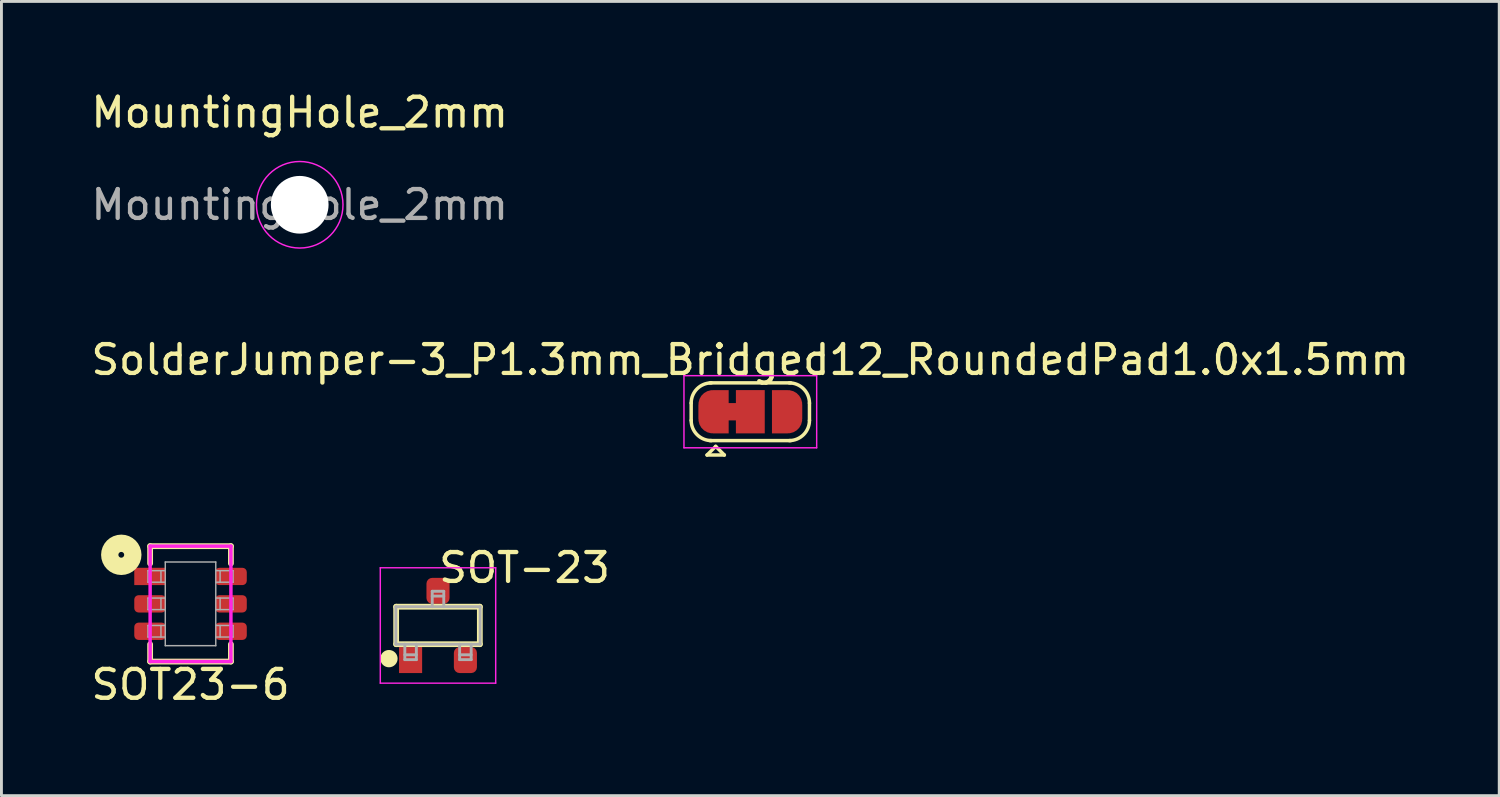
<source format=kicad_pcb>
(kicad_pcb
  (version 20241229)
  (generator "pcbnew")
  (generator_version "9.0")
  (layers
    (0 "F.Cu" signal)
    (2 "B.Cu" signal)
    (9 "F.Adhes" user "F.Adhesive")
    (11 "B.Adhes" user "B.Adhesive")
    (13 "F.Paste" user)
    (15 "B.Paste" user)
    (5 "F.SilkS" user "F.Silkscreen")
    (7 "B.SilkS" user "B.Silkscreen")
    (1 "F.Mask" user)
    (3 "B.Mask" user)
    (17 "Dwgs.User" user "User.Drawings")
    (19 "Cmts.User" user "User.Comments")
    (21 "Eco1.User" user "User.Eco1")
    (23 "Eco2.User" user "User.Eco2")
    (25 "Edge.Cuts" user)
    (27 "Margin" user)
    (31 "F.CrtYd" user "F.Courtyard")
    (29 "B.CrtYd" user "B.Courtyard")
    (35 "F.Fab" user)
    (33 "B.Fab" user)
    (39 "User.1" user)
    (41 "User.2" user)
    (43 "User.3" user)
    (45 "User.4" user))
  (footprint "MountingHole_2mm"
    (layer "F.Cu")
    (at 7.339 4.048)
    (property "Reference" "MountingHole_2mm" (at 0 -3.2 0) (layer "F.SilkS") (effects (font (size 1 1) (thickness 0.15))))
    (attr exclude_from_pos_files exclude_from_bom)
    (fp_circle (center 0 0) (end 1.5 0) (stroke (width 0.05) (type solid)) (fill no) (layer "F.CrtYd"))
    (fp_text user "${REFERENCE}" (at 0 0 0) (layer "F.Fab") (effects (font (size 1 1) (thickness 0.15))))
    (pad "" np_thru_hole circle (at 0 0) (size 2 2) (drill 2) (layers "*.Cu" "*.Mask")))
  (footprint "SOT23-6"
    (layer "F.Cu")
    (at 3.554 17.881)
    (property "Reference" "SOT23-6" (at 0 2.8 0) (layer "F.SilkS") (effects (font (size 1 1) (thickness 0.15))))
    (attr smd)
    (fp_line (start -1.4 -2) (end -1.4 -1.4) (stroke (width 0.2) (type solid)) (layer "F.SilkS"))
    (fp_line (start -1.4 2) (end -1.4 1.4) (stroke (width 0.2) (type solid)) (layer "F.SilkS"))
    (fp_line (start -1.4 2) (end 1.4 2) (stroke (width 0.2) (type solid)) (layer "F.SilkS"))
    (fp_line (start 1.4 -2) (end -1.4 -2) (stroke (width 0.2) (type solid)) (layer "F.SilkS"))
    (fp_line (start 1.4 -2) (end 1.4 -1.4) (stroke (width 0.2) (type solid)) (layer "F.SilkS"))
    (fp_line (start 1.4 2) (end 1.4 1.4) (stroke (width 0.2) (type solid)) (layer "F.SilkS"))
    (fp_circle (center -2.4 -1.7) (end -2.3 -1.7) (stroke (width 0.6) (type solid)) (fill no) (layer "F.SilkS"))
    (fp_line (start -1.4 -2) (end -1.4 2) (stroke (width 0.12) (type solid)) (layer "F.CrtYd"))
    (fp_line (start -1.4 2) (end 1.4 2) (stroke (width 0.12) (type solid)) (layer "F.CrtYd"))
    (fp_line (start 1.4 -2) (end -1.4 -2) (stroke (width 0.12) (type solid)) (layer "F.CrtYd"))
    (fp_line (start 1.4 2) (end 1.4 -2) (stroke (width 0.12) (type solid)) (layer "F.CrtYd"))
    (fp_line (start -1.475 -0.2) (end -0.875 -0.2) (stroke (width 0.05) (type solid)) (layer "F.Fab"))
    (fp_line (start -1.475 0.2) (end -1.475 -0.2) (stroke (width 0.05) (type solid)) (layer "F.Fab"))
    (fp_line (start -1.475 0.75) (end -0.875 0.75) (stroke (width 0.05) (type solid)) (layer "F.Fab"))
    (fp_line (start -1.475 1.15) (end -1.475 0.75) (stroke (width 0.05) (type solid)) (layer "F.Fab"))
    (fp_line (start -1.475 -1.15) (end -0.875 -1.15) (stroke (width 0.05) (type solid)) (layer "F.Fab"))
    (fp_line (start -1.475 -0.75) (end -1.475 -1.15) (stroke (width 0.05) (type solid)) (layer "F.Fab"))
    (fp_line (start -1.025 -1.15) (end -1.025 -0.75) (stroke (width 0.05) (type solid)) (layer "F.Fab"))
    (fp_line (start -1.025 -0.2) (end -1.025 0.2) (stroke (width 0.05) (type solid)) (layer "F.Fab"))
    (fp_line (start -1.025 0.75) (end -1.025 1.15) (stroke (width 0.05) (type solid)) (layer "F.Fab"))
    (fp_line (start -0.875 -1.45) (end -0.875 1.45) (stroke (width 0.05) (type solid)) (layer "F.Fab"))
    (fp_line (start -0.875 -0.75) (end -1.475 -0.75) (stroke (width 0.05) (type solid)) (layer "F.Fab"))
    (fp_line (start -0.875 0.2) (end -1.475 0.2) (stroke (width 0.05) (type solid)) (layer "F.Fab"))
    (fp_line (start -0.875 1.15) (end -1.475 1.15) (stroke (width 0.05) (type solid)) (layer "F.Fab"))
    (fp_line (start -0.875 1.45) (end 0.875 1.45) (stroke (width 0.05) (type solid)) (layer "F.Fab"))
    (fp_line (start 0.875 -1.45) (end -0.875 -1.45) (stroke (width 0.05) (type solid)) (layer "F.Fab"))
    (fp_line (start 0.875 -0.75) (end 1.475 -0.75) (stroke (width 0.05) (type solid)) (layer "F.Fab"))
    (fp_line (start 0.875 0.2) (end 1.475 0.2) (stroke (width 0.05) (type solid)) (layer "F.Fab"))
    (fp_line (start 0.875 1.15) (end 1.475 1.15) (stroke (width 0.05) (type solid)) (layer "F.Fab"))
    (fp_line (start 0.875 1.45) (end 0.875 -1.45) (stroke (width 0.05) (type solid)) (layer "F.Fab"))
    (fp_line (start 1.025 -1.15) (end 1.025 -0.75) (stroke (width 0.05) (type solid)) (layer "F.Fab"))
    (fp_line (start 1.025 -0.2) (end 1.025 0.2) (stroke (width 0.05) (type solid)) (layer "F.Fab"))
    (fp_line (start 1.025 0.75) (end 1.025 1.15) (stroke (width 0.05) (type solid)) (layer "F.Fab"))
    (fp_line (start 1.475 -1.15) (end 0.875 -1.15) (stroke (width 0.05) (type solid)) (layer "F.Fab"))
    (fp_line (start 1.475 -0.75) (end 1.475 -1.15) (stroke (width 0.05) (type solid)) (layer "F.Fab"))
    (fp_line (start 1.475 -0.2) (end 0.875 -0.2) (stroke (width 0.05) (type solid)) (layer "F.Fab"))
    (fp_line (start 1.475 0.2) (end 1.475 -0.2) (stroke (width 0.05) (type solid)) (layer "F.Fab"))
    (fp_line (start 1.475 0.75) (end 0.875 0.75) (stroke (width 0.05) (type solid)) (layer "F.Fab"))
    (fp_line (start 1.475 1.15) (end 1.475 0.75) (stroke (width 0.05) (type solid)) (layer "F.Fab"))
    (pad "1" smd rect (at -1.4 -0.95) (size 1.1 0.6) (layers "F.Cu" "F.Mask" "F.Paste"))
    (pad "2" smd roundrect (at -1.4 0) (size 1.1 0.6) (layers "F.Cu" "F.Mask" "F.Paste") (roundrect_rratio 0.25))
    (pad "3" smd roundrect (at -1.4 0.95) (size 1.1 0.6) (layers "F.Cu" "F.Mask" "F.Paste") (roundrect_rratio 0.25))
    (pad "4" smd roundrect (at 1.4 0.95) (size 1.1 0.6) (layers "F.Cu" "F.Mask" "F.Paste") (roundrect_rratio 0.25))
    (pad "5" smd roundrect (at 1.4 0) (size 1.1 0.6) (layers "F.Cu" "F.Mask" "F.Paste") (roundrect_rratio 0.25))
    (pad "6" smd roundrect (at 1.4 -0.95) (size 1.1 0.6) (layers "F.Cu" "F.Mask" "F.Paste") (roundrect_rratio 0.25)))
  (footprint "SOT-23"
    (layer "F.Cu")
    (at 12.132 18.63)
    (property "Reference" "SOT-23" (at 3 -2 0) (unlocked yes) (layer "F.SilkS") (effects (font (size 1 1) (thickness 0.15))))
    (attr smd)
    (fp_line (start -1.45 -0.65) (end 1.45 -0.65) (stroke (width 0.2) (type solid)) (layer "F.SilkS"))
    (fp_line (start -1.45 0.65) (end -1.45 -0.65) (stroke (width 0.2) (type solid)) (layer "F.SilkS"))
    (fp_line (start 1.45 -0.65) (end 1.45 0.65) (stroke (width 0.2) (type solid)) (layer "F.SilkS"))
    (fp_line (start 1.45 0.65) (end -1.45 0.65) (stroke (width 0.2) (type solid)) (layer "F.SilkS"))
    (fp_circle (center -1.7 1.15) (end -1.55 1.15) (stroke (width 0.3) (type solid)) (fill no) (layer "F.SilkS"))
    (fp_line (start -0.95 0) (end -0.45 0) (stroke (width 0.05) (type solid)) (layer "Eco1.User"))
    (fp_line (start -0.95 0.6) (end -0.95 0) (stroke (width 0.05) (type solid)) (layer "Eco1.User"))
    (fp_line (start -0.3 -0.1) (end -0.3 0.1) (stroke (width 0.05) (type solid)) (layer "Eco1.User"))
    (fp_line (start -0.3 0) (end -0.45 0) (stroke (width 0.05) (type solid)) (layer "Eco1.User"))
    (fp_line (start -0.3 0.1) (end -0.3 0) (stroke (width 0.05) (type solid)) (layer "Eco1.User"))
    (fp_line (start -0.2 -0.25) (end -0.2 0.2) (stroke (width 0.05) (type solid)) (layer "Eco1.User"))
    (fp_line (start -0.2 0.1) (end 0 0.1) (stroke (width 0.05) (type solid)) (layer "Eco1.User"))
    (fp_line (start -0.1 0.05) (end 0 0.1) (stroke (width 0.05) (type solid)) (layer "Eco1.User"))
    (fp_line (start -0.1 0.15) (end -0.1 0.05) (stroke (width 0.05) (type solid)) (layer "Eco1.User"))
    (fp_line (start 0 -0.6) (end 0 -0.15) (stroke (width 0.05) (type solid)) (layer "Eco1.User"))
    (fp_line (start 0 -0.15) (end -0.2 -0.15) (stroke (width 0.05) (type solid)) (layer "Eco1.User"))
    (fp_line (start 0 0.1) (end -0.1 0.15) (stroke (width 0.05) (type solid)) (layer "Eco1.User"))
    (fp_line (start 0 0.1) (end 0 0.4) (stroke (width 0.05) (type solid)) (layer "Eco1.User"))
    (fp_line (start 0 0.4) (end 0.95 0.4) (stroke (width 0.05) (type solid)) (layer "Eco1.User"))
    (fp_line (start 0.95 0.4) (end 0.95 0.6) (stroke (width 0.05) (type solid)) (layer "Eco1.User"))
    (fp_line (start -2 -2) (end -2 2) (stroke (width 0.05) (type solid)) (layer "F.CrtYd"))
    (fp_line (start -2 2) (end 2 2) (stroke (width 0.05) (type solid)) (layer "F.CrtYd"))
    (fp_line (start 2 -2) (end -2 -2) (stroke (width 0.05) (type solid)) (layer "F.CrtYd"))
    (fp_line (start 2 2) (end 2 -2) (stroke (width 0.05) (type solid)) (layer "F.CrtYd"))
    (fp_line (start -1.46 -0.65) (end -1.46 0.65) (stroke (width 0.1) (type solid)) (layer "F.Fab"))
    (fp_line (start -1.46 0.65) (end 1.46 0.65) (stroke (width 0.1) (type solid)) (layer "F.Fab"))
    (fp_line (start -1.15 1.017) (end -0.75 1.017) (stroke (width 0.1) (type solid)) (layer "F.Fab"))
    (fp_line (start -1.15 1.185) (end -1.15 0.65) (stroke (width 0.1) (type solid)) (layer "F.Fab"))
    (fp_line (start -1.15 1.185) (end -0.75 1.185) (stroke (width 0.1) (type solid)) (layer "F.Fab"))
    (fp_line (start -0.75 1.185) (end -0.75 0.65) (stroke (width 0.1) (type solid)) (layer "F.Fab"))
    (fp_line (start -0.2 -1.185) (end -0.2 -0.65) (stroke (width 0.1) (type solid)) (layer "F.Fab"))
    (fp_line (start -0.2 -1.185) (end 0.2 -1.185) (stroke (width 0.1) (type solid)) (layer "F.Fab"))
    (fp_line (start -0.2 -1.017) (end 0.2 -1.017) (stroke (width 0.1) (type solid)) (layer "F.Fab"))
    (fp_line (start 0.2 -1.185) (end 0.2 -0.65) (stroke (width 0.1) (type solid)) (layer "F.Fab"))
    (fp_line (start 0.75 1.017) (end 1.15 1.017) (stroke (width 0.1) (type solid)) (layer "F.Fab"))
    (fp_line (start 0.75 1.185) (end 0.75 0.65) (stroke (width 0.1) (type solid)) (layer "F.Fab"))
    (fp_line (start 0.75 1.185) (end 1.15 1.185) (stroke (width 0.1) (type solid)) (layer "F.Fab"))
    (fp_line (start 1.15 1.185) (end 1.15 0.65) (stroke (width 0.1) (type solid)) (layer "F.Fab"))
    (fp_line (start 1.46 -0.65) (end -1.46 -0.65) (stroke (width 0.1) (type solid)) (layer "F.Fab"))
    (fp_line (start 1.46 0.65) (end 1.46 -0.65) (stroke (width 0.1) (type solid)) (layer "F.Fab"))
    (pad "1" smd rect (at -0.95 1.2) (size 0.8 0.9) (layers "F.Cu" "F.Mask" "F.Paste"))
    (pad "2" smd roundrect (at 0 -1.2) (size 0.8 0.9) (layers "F.Cu" "F.Mask" "F.Paste") (roundrect_rratio 0.25))
    (pad "3" smd roundrect (at 0.95 1.2) (size 0.8 0.9) (layers "F.Cu" "F.Mask" "F.Paste") (roundrect_rratio 0.25)))
  (footprint "SolderJumper-3_P1.3mm_Bridged12_RoundedPad1.0x1.5mm"
    (layer "F.Cu")
    (at 22.958 11.222)
    (property "Reference" "SolderJumper-3_P1.3mm_Bridged12_RoundedPad1.0x1.5mm" (at 0 -1.8 0) (layer "F.SilkS") (effects (font (size 1 1) (thickness 0.15))))
    (attr smd exclude_from_pos_files exclude_from_bom)
    (fp_poly (pts (xy -0.9 -0.3) (xy -0.4 -0.3) (xy -0.4 0.3) (xy -0.9 0.3)) (stroke (width 0) (type solid)) (fill yes) (layer "F.Cu"))
    (fp_line (start -2.05 0.3) (end -2.05 -0.3) (stroke (width 0.12) (type solid)) (layer "F.SilkS"))
    (fp_line (start -1.5 1.5) (end -0.9 1.5) (stroke (width 0.12) (type solid)) (layer "F.SilkS"))
    (fp_line (start -1.4 -1) (end 1.4 -1) (stroke (width 0.12) (type solid)) (layer "F.SilkS"))
    (fp_line (start -1.2 1.2) (end -1.5 1.5) (stroke (width 0.12) (type solid)) (layer "F.SilkS"))
    (fp_line (start -1.2 1.2) (end -0.9 1.5) (stroke (width 0.12) (type solid)) (layer "F.SilkS"))
    (fp_line (start 1.4 1) (end -1.4 1) (stroke (width 0.12) (type solid)) (layer "F.SilkS"))
    (fp_line (start 2.05 -0.3) (end 2.05 0.3) (stroke (width 0.12) (type solid)) (layer "F.SilkS"))
    (fp_arc (start -2.05 -0.3) (mid -1.844975 -0.794975) (end -1.35 -1) (stroke (width 0.12) (type solid)) (layer "F.SilkS"))
    (fp_arc (start -1.35 1) (mid -1.844975 0.794975) (end -2.05 0.3) (stroke (width 0.12) (type solid)) (layer "F.SilkS"))
    (fp_arc (start 1.35 -1) (mid 1.844975 -0.794975) (end 2.05 -0.3) (stroke (width 0.12) (type solid)) (layer "F.SilkS"))
    (fp_arc (start 2.05 0.3) (mid 1.844975 0.794975) (end 1.35 1) (stroke (width 0.12) (type solid)) (layer "F.SilkS"))
    (fp_line (start -2.3 -1.25) (end -2.3 1.25) (stroke (width 0.05) (type solid)) (layer "F.CrtYd"))
    (fp_line (start -2.3 -1.25) (end 2.3 -1.25) (stroke (width 0.05) (type solid)) (layer "F.CrtYd"))
    (fp_line (start 2.3 1.25) (end -2.3 1.25) (stroke (width 0.05) (type solid)) (layer "F.CrtYd"))
    (fp_line (start 2.3 1.25) (end 2.3 -1.25) (stroke (width 0.05) (type solid)) (layer "F.CrtYd"))
    (pad "1" smd custom (at -1.3 0) (size 1 0.5) (layers "F.Cu" "F.Mask") (options (anchor rect)) (primitives (gr_circle (center 0 0.25) (end 0.5 0.25) (width 0) (fill yes)) (gr_circle (center 0 -0.25) (end 0.5 -0.25) (width 0) (fill yes)) (gr_poly (pts (xy 0.55 0.75) (xy 0 0.75) (xy 0 -0.75) (xy 0.55 -0.75)) (width 0) (fill yes))))
    (pad "2" smd rect (at 0 0) (size 1 1.5) (layers "F.Cu" "F.Mask"))
    (pad "3" smd custom (at 1.3 0) (size 1 0.5) (layers "F.Cu" "F.Mask") (options (anchor rect)) (primitives (gr_circle (center 0 0.25) (end 0.5 0.25) (width 0) (fill yes)) (gr_circle (center 0 -0.25) (end 0.5 -0.25) (width 0) (fill yes)) (gr_poly (pts (xy 0 0.75) (xy -0.55 0.75) (xy -0.55 -0.75) (xy 0 -0.75)) (width 0) (fill yes)))))
  (gr_rect
    (start -3 -3)
    (end 48.917 24.53)
    (stroke (width 0.1) (type default))
    (fill no)
    (layer "Edge.Cuts")))
</source>
